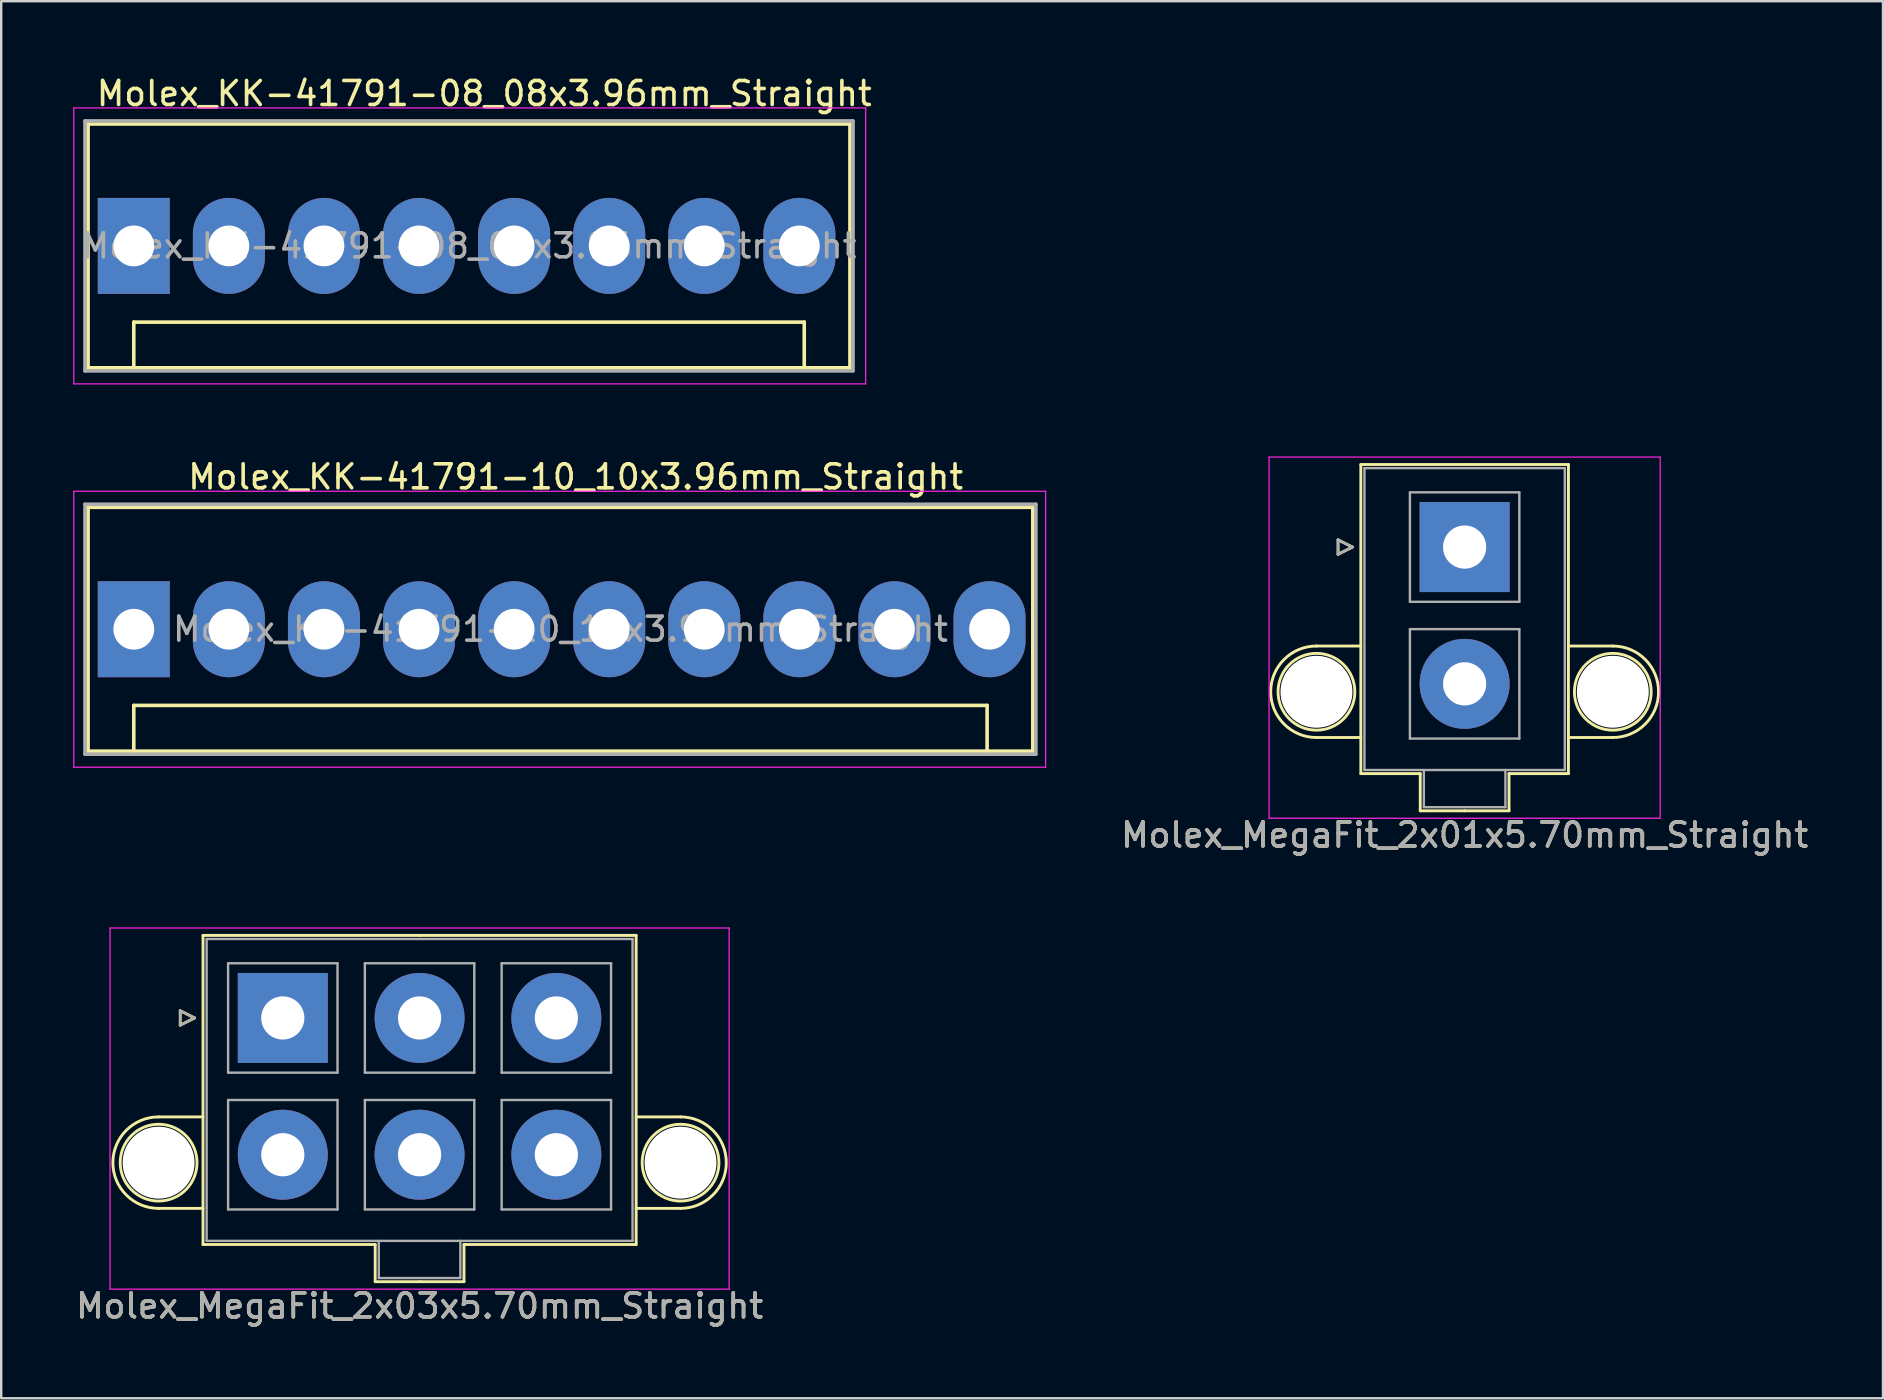
<source format=kicad_pcb>
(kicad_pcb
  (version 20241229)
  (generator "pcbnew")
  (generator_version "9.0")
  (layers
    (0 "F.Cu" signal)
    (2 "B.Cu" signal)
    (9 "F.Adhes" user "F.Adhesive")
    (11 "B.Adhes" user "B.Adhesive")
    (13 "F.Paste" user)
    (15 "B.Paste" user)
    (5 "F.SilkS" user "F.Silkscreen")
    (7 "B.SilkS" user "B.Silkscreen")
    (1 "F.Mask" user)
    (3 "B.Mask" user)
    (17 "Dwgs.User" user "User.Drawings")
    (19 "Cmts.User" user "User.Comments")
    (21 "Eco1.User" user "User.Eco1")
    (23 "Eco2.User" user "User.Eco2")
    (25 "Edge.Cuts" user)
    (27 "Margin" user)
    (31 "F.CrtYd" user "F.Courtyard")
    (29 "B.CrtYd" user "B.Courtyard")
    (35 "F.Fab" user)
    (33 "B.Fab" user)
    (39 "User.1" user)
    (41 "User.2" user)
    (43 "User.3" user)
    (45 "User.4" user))
  (footprint "Molex_MegaFit_2x03x5.70mm_Straight"
    (layer "F.Cu")
    (at 8.735 39.371)
    (property "Reference" "Molex_MegaFit_2x03x5.70mm_Straight" (at 5.7 12 0) (layer "F.SilkS") (effects (font (size 1 1) (thickness 0.15))))
    (attr through_hole)
    (fp_line (start -5.175 4.124) (end -3.325 4.124) (stroke (width 0.12) (type solid)) (layer "F.SilkS"))
    (fp_line (start -5.175 7.936) (end -3.325 7.936) (stroke (width 0.12) (type solid)) (layer "F.SilkS"))
    (fp_line (start -4.275 -0.3) (end -3.675 0) (stroke (width 0.12) (type solid)) (layer "F.SilkS"))
    (fp_line (start -4.275 0.3) (end -4.275 -0.3) (stroke (width 0.12) (type solid)) (layer "F.SilkS"))
    (fp_line (start -3.675 0) (end -4.275 0.3) (stroke (width 0.12) (type solid)) (layer "F.SilkS"))
    (fp_line (start -3.325 -3.44) (end -3.325 9.44) (stroke (width 0.12) (type solid)) (layer "F.SilkS"))
    (fp_line (start -3.325 9.44) (end 3.85 9.44) (stroke (width 0.12) (type solid)) (layer "F.SilkS"))
    (fp_line (start 3.85 9.44) (end 3.85 10.99) (stroke (width 0.12) (type solid)) (layer "F.SilkS"))
    (fp_line (start 3.85 10.99) (end 5.7 10.99) (stroke (width 0.12) (type solid)) (layer "F.SilkS"))
    (fp_line (start 5.7 -3.44) (end -3.325 -3.44) (stroke (width 0.12) (type solid)) (layer "F.SilkS"))
    (fp_line (start 5.7 -3.44) (end 14.725 -3.44) (stroke (width 0.12) (type solid)) (layer "F.SilkS"))
    (fp_line (start 7.55 9.44) (end 7.55 10.99) (stroke (width 0.12) (type solid)) (layer "F.SilkS"))
    (fp_line (start 7.55 10.99) (end 5.7 10.99) (stroke (width 0.12) (type solid)) (layer "F.SilkS"))
    (fp_line (start 14.725 -3.44) (end 14.725 9.44) (stroke (width 0.12) (type solid)) (layer "F.SilkS"))
    (fp_line (start 14.725 9.44) (end 7.55 9.44) (stroke (width 0.12) (type solid)) (layer "F.SilkS"))
    (fp_line (start 16.575 4.124) (end 14.725 4.124) (stroke (width 0.12) (type solid)) (layer "F.SilkS"))
    (fp_line (start 16.575 7.936) (end 14.725 7.936) (stroke (width 0.12) (type solid)) (layer "F.SilkS"))
    (fp_arc (start -5.175 7.93625) (mid -7.08125 6.03) (end -5.175 4.12375) (stroke (width 0.12) (type solid)) (layer "F.SilkS"))
    (fp_arc (start 16.575 4.12375) (mid 18.48125 6.03) (end 16.575 7.93625) (stroke (width 0.12) (type solid)) (layer "F.SilkS"))
    (fp_circle (center -5.175 6.03) (end -3.575 6.03) (stroke (width 0.12) (type solid)) (fill no) (layer "F.SilkS"))
    (fp_circle (center 16.575 6.03) (end 18.175 6.03) (stroke (width 0.12) (type solid)) (fill no) (layer "F.SilkS"))
    (fp_line (start -7.2 -3.75) (end -7.2 11.3) (stroke (width 0.05) (type solid)) (layer "F.CrtYd"))
    (fp_line (start -7.2 11.3) (end 18.6 11.3) (stroke (width 0.05) (type solid)) (layer "F.CrtYd"))
    (fp_line (start 18.6 -3.75) (end -7.2 -3.75) (stroke (width 0.05) (type solid)) (layer "F.CrtYd"))
    (fp_line (start 18.6 11.3) (end 18.6 -3.75) (stroke (width 0.05) (type solid)) (layer "F.CrtYd"))
    (fp_line (start -4.275 -0.3) (end -3.675 0) (stroke (width 0.1) (type solid)) (layer "F.Fab"))
    (fp_line (start -4.275 0.3) (end -4.275 -0.3) (stroke (width 0.1) (type solid)) (layer "F.Fab"))
    (fp_line (start -3.675 0) (end -4.275 0.3) (stroke (width 0.1) (type solid)) (layer "F.Fab"))
    (fp_line (start -3.175 -3.29) (end -3.175 9.29) (stroke (width 0.1) (type solid)) (layer "F.Fab"))
    (fp_line (start -3.175 9.29) (end 14.575 9.29) (stroke (width 0.1) (type solid)) (layer "F.Fab"))
    (fp_line (start -2.28 -2.28) (end -2.28 2.28) (stroke (width 0.1) (type solid)) (layer "F.Fab"))
    (fp_line (start -2.28 2.28) (end 2.28 2.28) (stroke (width 0.1) (type solid)) (layer "F.Fab"))
    (fp_line (start -2.28 3.42) (end -2.28 7.98) (stroke (width 0.1) (type solid)) (layer "F.Fab"))
    (fp_line (start -2.28 7.98) (end 2.28 7.98) (stroke (width 0.1) (type solid)) (layer "F.Fab"))
    (fp_line (start 2.28 -2.28) (end -2.28 -2.28) (stroke (width 0.1) (type solid)) (layer "F.Fab"))
    (fp_line (start 2.28 2.28) (end 2.28 -2.28) (stroke (width 0.1) (type solid)) (layer "F.Fab"))
    (fp_line (start 2.28 3.42) (end -2.28 3.42) (stroke (width 0.1) (type solid)) (layer "F.Fab"))
    (fp_line (start 2.28 7.98) (end 2.28 3.42) (stroke (width 0.1) (type solid)) (layer "F.Fab"))
    (fp_line (start 3.42 -2.28) (end 3.42 2.28) (stroke (width 0.1) (type solid)) (layer "F.Fab"))
    (fp_line (start 3.42 2.28) (end 7.98 2.28) (stroke (width 0.1) (type solid)) (layer "F.Fab"))
    (fp_line (start 3.42 3.42) (end 3.42 7.98) (stroke (width 0.1) (type solid)) (layer "F.Fab"))
    (fp_line (start 3.42 7.98) (end 7.98 7.98) (stroke (width 0.1) (type solid)) (layer "F.Fab"))
    (fp_line (start 4 9.29) (end 4 10.84) (stroke (width 0.1) (type solid)) (layer "F.Fab"))
    (fp_line (start 4 10.84) (end 7.4 10.84) (stroke (width 0.1) (type solid)) (layer "F.Fab"))
    (fp_line (start 7.4 10.84) (end 7.4 9.29) (stroke (width 0.1) (type solid)) (layer "F.Fab"))
    (fp_line (start 7.98 -2.28) (end 3.42 -2.28) (stroke (width 0.1) (type solid)) (layer "F.Fab"))
    (fp_line (start 7.98 2.28) (end 7.98 -2.28) (stroke (width 0.1) (type solid)) (layer "F.Fab"))
    (fp_line (start 7.98 3.42) (end 3.42 3.42) (stroke (width 0.1) (type solid)) (layer "F.Fab"))
    (fp_line (start 7.98 7.98) (end 7.98 3.42) (stroke (width 0.1) (type solid)) (layer "F.Fab"))
    (fp_line (start 9.12 -2.28) (end 9.12 2.28) (stroke (width 0.1) (type solid)) (layer "F.Fab"))
    (fp_line (start 9.12 2.28) (end 13.68 2.28) (stroke (width 0.1) (type solid)) (layer "F.Fab"))
    (fp_line (start 9.12 3.42) (end 9.12 7.98) (stroke (width 0.1) (type solid)) (layer "F.Fab"))
    (fp_line (start 9.12 7.98) (end 13.68 7.98) (stroke (width 0.1) (type solid)) (layer "F.Fab"))
    (fp_line (start 13.68 -2.28) (end 9.12 -2.28) (stroke (width 0.1) (type solid)) (layer "F.Fab"))
    (fp_line (start 13.68 2.28) (end 13.68 -2.28) (stroke (width 0.1) (type solid)) (layer "F.Fab"))
    (fp_line (start 13.68 3.42) (end 9.12 3.42) (stroke (width 0.1) (type solid)) (layer "F.Fab"))
    (fp_line (start 13.68 7.98) (end 13.68 3.42) (stroke (width 0.1) (type solid)) (layer "F.Fab"))
    (fp_line (start 14.575 -3.29) (end -3.175 -3.29) (stroke (width 0.1) (type solid)) (layer "F.Fab"))
    (fp_line (start 14.575 9.29) (end 14.575 -3.29) (stroke (width 0.1) (type solid)) (layer "F.Fab"))
    (fp_text user "${REFERENCE}" (at 5.7 12 0) (layer "F.Fab") (effects (font (size 1 1) (thickness 0.15))))
    (pad "" np_thru_hole circle (at -5.175 6.03) (size 3 3) (drill 3) (layers "*.Cu" "*.Mask"))
    (pad "" np_thru_hole circle (at 16.575 6.03) (size 3 3) (drill 3) (layers "*.Cu" "*.Mask"))
    (pad "1" thru_hole rect (at 0 0) (size 3.75 3.75) (drill 1.8) (layers "*.Cu" "*.Mask"))
    (pad "2" thru_hole circle (at 5.7 0) (size 3.75 3.75) (drill 1.8) (layers "*.Cu" "*.Mask"))
    (pad "3" thru_hole circle (at 11.4 0) (size 3.75 3.75) (drill 1.8) (layers "*.Cu" "*.Mask"))
    (pad "4" thru_hole circle (at 0 5.7) (size 3.75 3.75) (drill 1.8) (layers "*.Cu" "*.Mask"))
    (pad "5" thru_hole circle (at 5.7 5.7) (size 3.75 3.75) (drill 1.8) (layers "*.Cu" "*.Mask"))
    (pad "6" thru_hole circle (at 11.4 5.7) (size 3.75 3.75) (drill 1.8) (layers "*.Cu" "*.Mask")))
  (footprint "Molex_MegaFit_2x01x5.70mm_Straight"
    (layer "F.Cu")
    (at 57.985 19.748)
    (property "Reference" "Molex_MegaFit_2x01x5.70mm_Straight" (at 0 12 0) (layer "F.SilkS") (effects (font (size 1 1) (thickness 0.15))))
    (attr through_hole)
    (fp_line (start -6.175 4.124) (end -4.325 4.124) (stroke (width 0.12) (type solid)) (layer "F.SilkS"))
    (fp_line (start -6.175 7.936) (end -4.325 7.936) (stroke (width 0.12) (type solid)) (layer "F.SilkS"))
    (fp_line (start -5.275 -0.3) (end -4.675 0) (stroke (width 0.12) (type solid)) (layer "F.SilkS"))
    (fp_line (start -5.275 0.3) (end -5.275 -0.3) (stroke (width 0.12) (type solid)) (layer "F.SilkS"))
    (fp_line (start -4.675 0) (end -5.275 0.3) (stroke (width 0.12) (type solid)) (layer "F.SilkS"))
    (fp_line (start -4.325 -3.44) (end -4.325 9.44) (stroke (width 0.12) (type solid)) (layer "F.SilkS"))
    (fp_line (start -4.325 9.44) (end -1.85 9.44) (stroke (width 0.12) (type solid)) (layer "F.SilkS"))
    (fp_line (start -1.85 9.44) (end -1.85 10.99) (stroke (width 0.12) (type solid)) (layer "F.SilkS"))
    (fp_line (start -1.85 10.99) (end 0 10.99) (stroke (width 0.12) (type solid)) (layer "F.SilkS"))
    (fp_line (start 0 -3.44) (end -4.325 -3.44) (stroke (width 0.12) (type solid)) (layer "F.SilkS"))
    (fp_line (start 0 -3.44) (end 4.325 -3.44) (stroke (width 0.12) (type solid)) (layer "F.SilkS"))
    (fp_line (start 1.85 9.44) (end 1.85 10.99) (stroke (width 0.12) (type solid)) (layer "F.SilkS"))
    (fp_line (start 1.85 10.99) (end 0 10.99) (stroke (width 0.12) (type solid)) (layer "F.SilkS"))
    (fp_line (start 4.325 -3.44) (end 4.325 9.44) (stroke (width 0.12) (type solid)) (layer "F.SilkS"))
    (fp_line (start 4.325 9.44) (end 1.85 9.44) (stroke (width 0.12) (type solid)) (layer "F.SilkS"))
    (fp_line (start 6.175 4.124) (end 4.325 4.124) (stroke (width 0.12) (type solid)) (layer "F.SilkS"))
    (fp_line (start 6.175 7.936) (end 4.325 7.936) (stroke (width 0.12) (type solid)) (layer "F.SilkS"))
    (fp_arc (start -6.175 7.93625) (mid -8.08125 6.03) (end -6.175 4.12375) (stroke (width 0.12) (type solid)) (layer "F.SilkS"))
    (fp_arc (start 6.175 4.12375) (mid 8.08125 6.03) (end 6.175 7.93625) (stroke (width 0.12) (type solid)) (layer "F.SilkS"))
    (fp_circle (center -6.175 6.03) (end -4.575 6.03) (stroke (width 0.12) (type solid)) (fill no) (layer "F.SilkS"))
    (fp_circle (center 6.175 6.03) (end 7.775 6.03) (stroke (width 0.12) (type solid)) (fill no) (layer "F.SilkS"))
    (fp_line (start -8.15 -3.75) (end -8.15 11.3) (stroke (width 0.05) (type solid)) (layer "F.CrtYd"))
    (fp_line (start -8.15 11.3) (end 8.15 11.3) (stroke (width 0.05) (type solid)) (layer "F.CrtYd"))
    (fp_line (start 8.15 -3.75) (end -8.15 -3.75) (stroke (width 0.05) (type solid)) (layer "F.CrtYd"))
    (fp_line (start 8.15 11.3) (end 8.15 -3.75) (stroke (width 0.05) (type solid)) (layer "F.CrtYd"))
    (fp_line (start -5.275 -0.3) (end -4.675 0) (stroke (width 0.1) (type solid)) (layer "F.Fab"))
    (fp_line (start -5.275 0.3) (end -5.275 -0.3) (stroke (width 0.1) (type solid)) (layer "F.Fab"))
    (fp_line (start -4.675 0) (end -5.275 0.3) (stroke (width 0.1) (type solid)) (layer "F.Fab"))
    (fp_line (start -4.175 -3.29) (end -4.175 9.29) (stroke (width 0.1) (type solid)) (layer "F.Fab"))
    (fp_line (start -4.175 9.29) (end 4.175 9.29) (stroke (width 0.1) (type solid)) (layer "F.Fab"))
    (fp_line (start -2.28 -2.28) (end -2.28 2.28) (stroke (width 0.1) (type solid)) (layer "F.Fab"))
    (fp_line (start -2.28 2.28) (end 2.28 2.28) (stroke (width 0.1) (type solid)) (layer "F.Fab"))
    (fp_line (start -2.28 3.42) (end -2.28 7.98) (stroke (width 0.1) (type solid)) (layer "F.Fab"))
    (fp_line (start -2.28 7.98) (end 2.28 7.98) (stroke (width 0.1) (type solid)) (layer "F.Fab"))
    (fp_line (start -1.7 9.29) (end -1.7 10.84) (stroke (width 0.1) (type solid)) (layer "F.Fab"))
    (fp_line (start -1.7 10.84) (end 1.7 10.84) (stroke (width 0.1) (type solid)) (layer "F.Fab"))
    (fp_line (start 1.7 10.84) (end 1.7 9.29) (stroke (width 0.1) (type solid)) (layer "F.Fab"))
    (fp_line (start 2.28 -2.28) (end -2.28 -2.28) (stroke (width 0.1) (type solid)) (layer "F.Fab"))
    (fp_line (start 2.28 2.28) (end 2.28 -2.28) (stroke (width 0.1) (type solid)) (layer "F.Fab"))
    (fp_line (start 2.28 3.42) (end -2.28 3.42) (stroke (width 0.1) (type solid)) (layer "F.Fab"))
    (fp_line (start 2.28 7.98) (end 2.28 3.42) (stroke (width 0.1) (type solid)) (layer "F.Fab"))
    (fp_line (start 4.175 -3.29) (end -4.175 -3.29) (stroke (width 0.1) (type solid)) (layer "F.Fab"))
    (fp_line (start 4.175 9.29) (end 4.175 -3.29) (stroke (width 0.1) (type solid)) (layer "F.Fab"))
    (fp_text user "${REFERENCE}" (at 0 12 0) (layer "F.Fab") (effects (font (size 1 1) (thickness 0.15))))
    (pad "" np_thru_hole circle (at -6.175 6.03) (size 3 3) (drill 3) (layers "*.Cu" "*.Mask"))
    (pad "" np_thru_hole circle (at 6.175 6.03) (size 3 3) (drill 3) (layers "*.Cu" "*.Mask"))
    (pad "1" thru_hole rect (at 0 0) (size 3.75 3.75) (drill 1.8) (layers "*.Cu" "*.Mask"))
    (pad "2" thru_hole circle (at 0 5.7) (size 3.75 3.75) (drill 1.8) (layers "*.Cu" "*.Mask")))
  (footprint "Molex_KK-41791-10_10x3.96mm_Straight"
    (layer "F.Cu")
    (at 2.525 23.172)
    (property "Reference" "Molex_KK-41791-10_10x3.96mm_Straight" (at 18.415 -6.35 0) (layer "F.SilkS") (effects (font (size 1 1) (thickness 0.15))))
    (attr through_hole)
    (fp_line (start -1.905 -5.08) (end 37.465 -5.08) (stroke (width 0.15) (type solid)) (layer "F.SilkS"))
    (fp_line (start -1.905 5.08) (end -1.905 -5.08) (stroke (width 0.15) (type solid)) (layer "F.SilkS"))
    (fp_line (start 0 3.175) (end 35.56 3.175) (stroke (width 0.15) (type solid)) (layer "F.SilkS"))
    (fp_line (start 0 5.08) (end 0 3.175) (stroke (width 0.15) (type solid)) (layer "F.SilkS"))
    (fp_line (start 35.56 3.175) (end 35.56 5.08) (stroke (width 0.15) (type solid)) (layer "F.SilkS"))
    (fp_line (start 37.465 -5.08) (end 37.465 5.08) (stroke (width 0.15) (type solid)) (layer "F.SilkS"))
    (fp_line (start 37.465 5.08) (end -1.905 5.08) (stroke (width 0.15) (type solid)) (layer "F.SilkS"))
    (fp_line (start -2.5 -5.75) (end 38 -5.75) (stroke (width 0.05) (type solid)) (layer "F.CrtYd"))
    (fp_line (start -2.5 5.75) (end -2.5 -5.75) (stroke (width 0.05) (type solid)) (layer "F.CrtYd"))
    (fp_line (start 38 -5.75) (end 38 5.75) (stroke (width 0.05) (type solid)) (layer "F.CrtYd"))
    (fp_line (start 38 5.75) (end -2.5 5.75) (stroke (width 0.05) (type solid)) (layer "F.CrtYd"))
    (fp_line (start -2.032 -5.207) (end 37.592 -5.207) (stroke (width 0.15) (type solid)) (layer "F.Fab"))
    (fp_line (start -2.032 5.207) (end -2.032 -5.207) (stroke (width 0.15) (type solid)) (layer "F.Fab"))
    (fp_line (start 37.592 -5.207) (end 37.592 5.207) (stroke (width 0.15) (type solid)) (layer "F.Fab"))
    (fp_line (start 37.592 5.207) (end -2.032 5.207) (stroke (width 0.15) (type solid)) (layer "F.Fab"))
    (fp_text user "${REFERENCE}" (at 17.78 0 0) (layer "F.Fab") (effects (font (size 1 1) (thickness 0.15))))
    (pad "1" thru_hole rect (at 0 0) (size 3 4) (drill 1.7) (layers "*.Cu" "*.Mask"))
    (pad "2" thru_hole oval (at 3.962 0) (size 3 4) (drill 1.7) (layers "*.Cu" "*.Mask"))
    (pad "3" thru_hole oval (at 7.925 0) (size 3 4) (drill 1.7) (layers "*.Cu" "*.Mask"))
    (pad "4" thru_hole oval (at 11.887 0) (size 3 4) (drill 1.7) (layers "*.Cu" "*.Mask"))
    (pad "5" thru_hole oval (at 15.85 0) (size 3 4) (drill 1.7) (layers "*.Cu" "*.Mask"))
    (pad "6" thru_hole oval (at 19.812 0) (size 3 4) (drill 1.7) (layers "*.Cu" "*.Mask"))
    (pad "7" thru_hole oval (at 23.774 0) (size 3 4) (drill 1.7) (layers "*.Cu" "*.Mask"))
    (pad "8" thru_hole oval (at 27.737 0) (size 3 4) (drill 1.7) (layers "*.Cu" "*.Mask"))
    (pad "9" thru_hole oval (at 31.699 0) (size 3 4) (drill 1.7) (layers "*.Cu" "*.Mask"))
    (pad "10" thru_hole oval (at 35.662 0) (size 3 4) (drill 1.7) (layers "*.Cu" "*.Mask")))
  (footprint "Molex_KK-41791-08_08x3.96mm_Straight"
    (layer "F.Cu")
    (at 2.525 7.198)
    (property "Reference" "Molex_KK-41791-08_08x3.96mm_Straight" (at 14.605 -6.35 0) (layer "F.SilkS") (effects (font (size 1 1) (thickness 0.15))))
    (attr through_hole)
    (fp_line (start -1.905 -5.08) (end -1.905 5.08) (stroke (width 0.15) (type solid)) (layer "F.SilkS"))
    (fp_line (start -1.905 -5.08) (end 29.845 -5.08) (stroke (width 0.15) (type solid)) (layer "F.SilkS"))
    (fp_line (start -1.905 5.08) (end 29.845 5.08) (stroke (width 0.15) (type solid)) (layer "F.SilkS"))
    (fp_line (start 0 3.175) (end 27.94 3.175) (stroke (width 0.15) (type solid)) (layer "F.SilkS"))
    (fp_line (start 0 5.08) (end 0 3.175) (stroke (width 0.15) (type solid)) (layer "F.SilkS"))
    (fp_line (start 27.94 3.175) (end 27.94 5.08) (stroke (width 0.15) (type solid)) (layer "F.SilkS"))
    (fp_line (start 29.845 -5.08) (end 29.845 5.08) (stroke (width 0.15) (type solid)) (layer "F.SilkS"))
    (fp_line (start -2.5 -5.75) (end 30.5 -5.75) (stroke (width 0.05) (type solid)) (layer "F.CrtYd"))
    (fp_line (start -2.5 5.75) (end -2.5 -5.75) (stroke (width 0.05) (type solid)) (layer "F.CrtYd"))
    (fp_line (start 30.5 -5.75) (end 30.5 5.75) (stroke (width 0.05) (type solid)) (layer "F.CrtYd"))
    (fp_line (start 30.5 5.75) (end -2.5 5.75) (stroke (width 0.05) (type solid)) (layer "F.CrtYd"))
    (fp_line (start -2.032 -5.207) (end 29.972 -5.207) (stroke (width 0.15) (type solid)) (layer "F.Fab"))
    (fp_line (start -2.032 5.207) (end -2.032 -5.207) (stroke (width 0.15) (type solid)) (layer "F.Fab"))
    (fp_line (start 29.972 -5.207) (end 29.972 5.207) (stroke (width 0.15) (type solid)) (layer "F.Fab"))
    (fp_line (start 29.972 5.207) (end -2.032 5.207) (stroke (width 0.15) (type solid)) (layer "F.Fab"))
    (fp_text user "${REFERENCE}" (at 13.97 0 0) (layer "F.Fab") (effects (font (size 1 1) (thickness 0.15))))
    (pad "1" thru_hole rect (at 0 0) (size 3 4) (drill 1.7) (layers "*.Cu" "*.Mask"))
    (pad "2" thru_hole oval (at 3.962 0) (size 3 4) (drill 1.7) (layers "*.Cu" "*.Mask"))
    (pad "3" thru_hole oval (at 7.925 0) (size 3 4) (drill 1.7) (layers "*.Cu" "*.Mask"))
    (pad "4" thru_hole oval (at 11.887 0) (size 3 4) (drill 1.7) (layers "*.Cu" "*.Mask"))
    (pad "5" thru_hole oval (at 15.85 0) (size 3 4) (drill 1.7) (layers "*.Cu" "*.Mask"))
    (pad "6" thru_hole oval (at 19.812 0) (size 3 4) (drill 1.7) (layers "*.Cu" "*.Mask"))
    (pad "7" thru_hole oval (at 23.774 0) (size 3 4) (drill 1.7) (layers "*.Cu" "*.Mask"))
    (pad "8" thru_hole oval (at 27.737 0) (size 3 4) (drill 1.7) (layers "*.Cu" "*.Mask")))
  (gr_rect
    (start -3 -3)
    (end 75.419 55.22)
    (stroke (width 0.1) (type default))
    (fill no)
    (layer "Edge.Cuts")))
</source>
